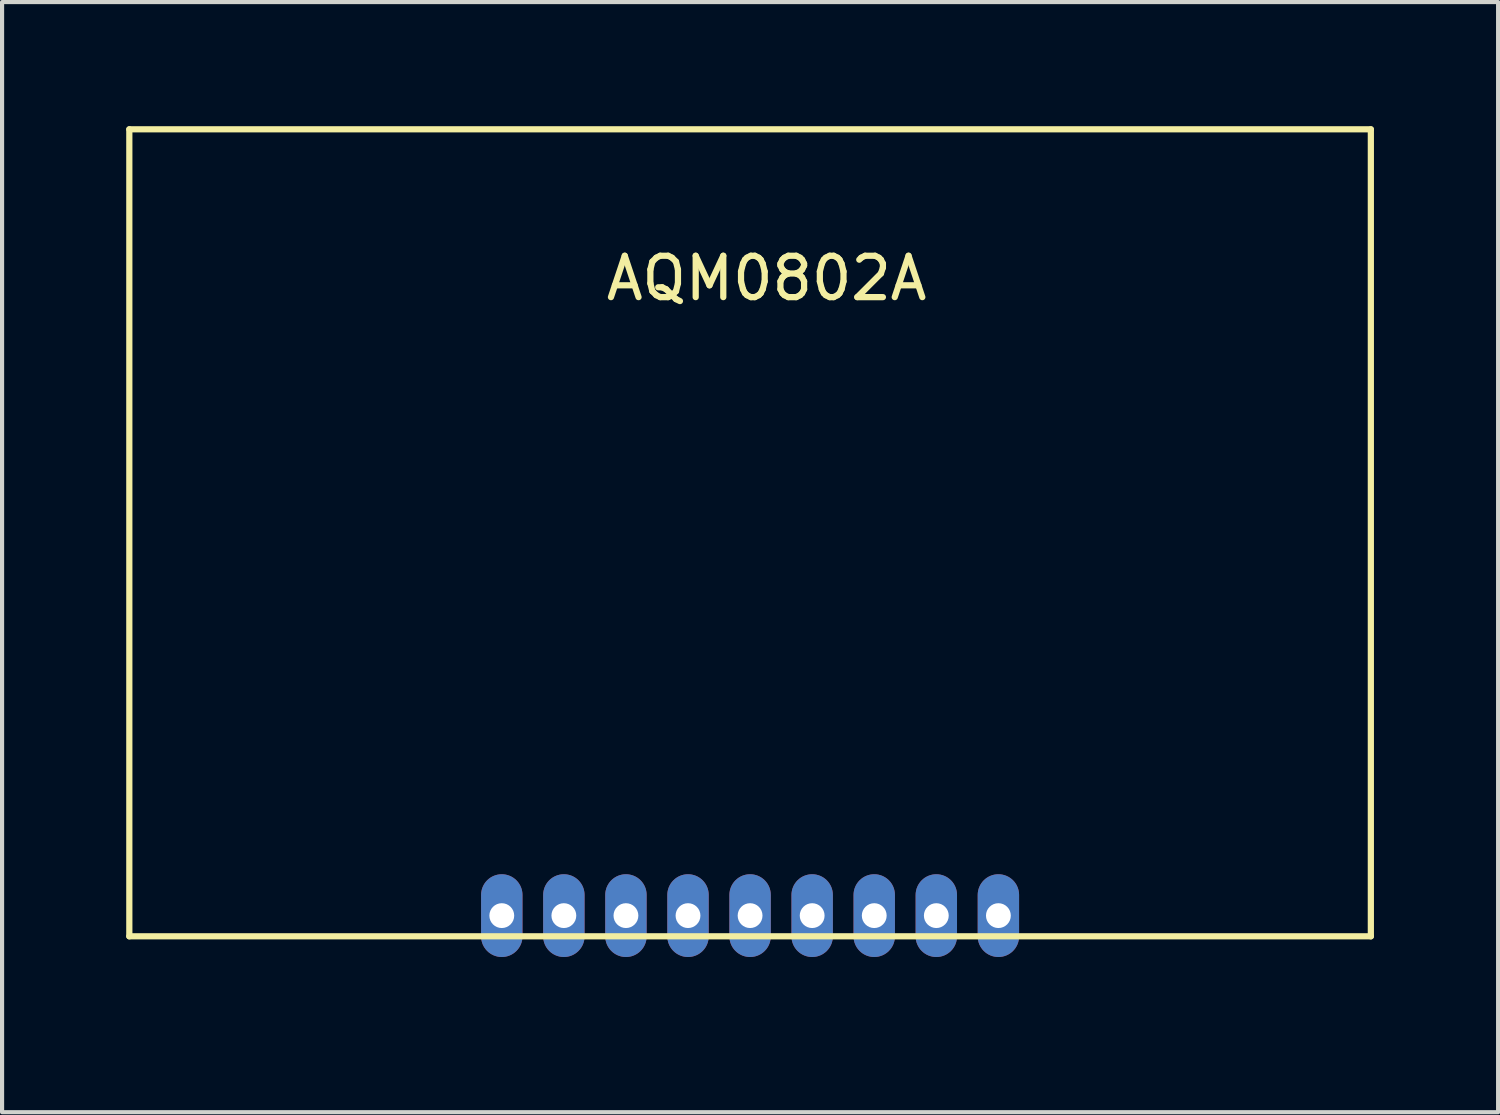
<source format=kicad_pcb>
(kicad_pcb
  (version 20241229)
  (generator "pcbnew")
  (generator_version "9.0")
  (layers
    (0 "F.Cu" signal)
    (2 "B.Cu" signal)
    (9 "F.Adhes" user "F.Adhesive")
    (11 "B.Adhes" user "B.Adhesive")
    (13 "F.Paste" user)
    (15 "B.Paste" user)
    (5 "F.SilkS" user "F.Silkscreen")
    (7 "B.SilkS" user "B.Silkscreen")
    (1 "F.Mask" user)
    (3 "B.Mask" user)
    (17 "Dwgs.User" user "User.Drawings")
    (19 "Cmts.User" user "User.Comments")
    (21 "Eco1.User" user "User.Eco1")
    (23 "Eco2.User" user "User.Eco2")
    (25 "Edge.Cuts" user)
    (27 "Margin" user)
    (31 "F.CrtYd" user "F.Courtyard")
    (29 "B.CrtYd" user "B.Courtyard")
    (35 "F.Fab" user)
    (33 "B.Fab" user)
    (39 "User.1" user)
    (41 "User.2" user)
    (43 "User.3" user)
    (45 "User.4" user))
  (footprint "AQM0802A"
    (layer "F.Cu")
    (at 8.075 20.575)
    (property "Reference" "AQM0802A" (at 7.4 -16.9 0) (layer "F.SilkS") (effects (font (size 1 1) (thickness 0.15))))
    (attr through_hole)
    (fp_line (start -8 -20.5) (end -8 -1) (stroke (width 0.15) (type solid)) (layer "F.SilkS"))
    (fp_line (start -8 -1) (end 22 -1) (stroke (width 0.15) (type solid)) (layer "F.SilkS"))
    (fp_line (start 22 -20.5) (end -8 -20.5) (stroke (width 0.15) (type solid)) (layer "F.SilkS"))
    (fp_line (start 22 -1) (end 22 -20.5) (stroke (width 0.15) (type solid)) (layer "F.SilkS"))
    (pad "1" thru_hole oval (at 1 -1.5) (size 1 2) (drill 0.6) (layers "*.Cu" "*.Mask"))
    (pad "2" thru_hole oval (at 2.5 -1.5) (size 1 2) (drill 0.6) (layers "*.Cu" "*.Mask"))
    (pad "3" thru_hole oval (at 4 -1.5) (size 1 2) (drill 0.6) (layers "*.Cu" "*.Mask"))
    (pad "4" thru_hole oval (at 5.5 -1.5) (size 1 2) (drill 0.6) (layers "*.Cu" "*.Mask"))
    (pad "5" thru_hole oval (at 7 -1.5) (size 1 2) (drill 0.6) (layers "*.Cu" "*.Mask"))
    (pad "6" thru_hole oval (at 8.5 -1.5) (size 1 2) (drill 0.6) (layers "*.Cu" "*.Mask"))
    (pad "7" thru_hole oval (at 10 -1.5) (size 1 2) (drill 0.6) (layers "*.Cu" "*.Mask"))
    (pad "8" thru_hole oval (at 11.5 -1.5) (size 1 2) (drill 0.6) (layers "*.Cu" "*.Mask"))
    (pad "9" thru_hole oval (at 13 -1.5) (size 1 2) (drill 0.6) (layers "*.Cu" "*.Mask")))
  (gr_rect
    (start -3 -3)
    (end 33.15 23.825)
    (stroke (width 0.1) (type default))
    (fill no)
    (layer "Edge.Cuts")))
</source>
